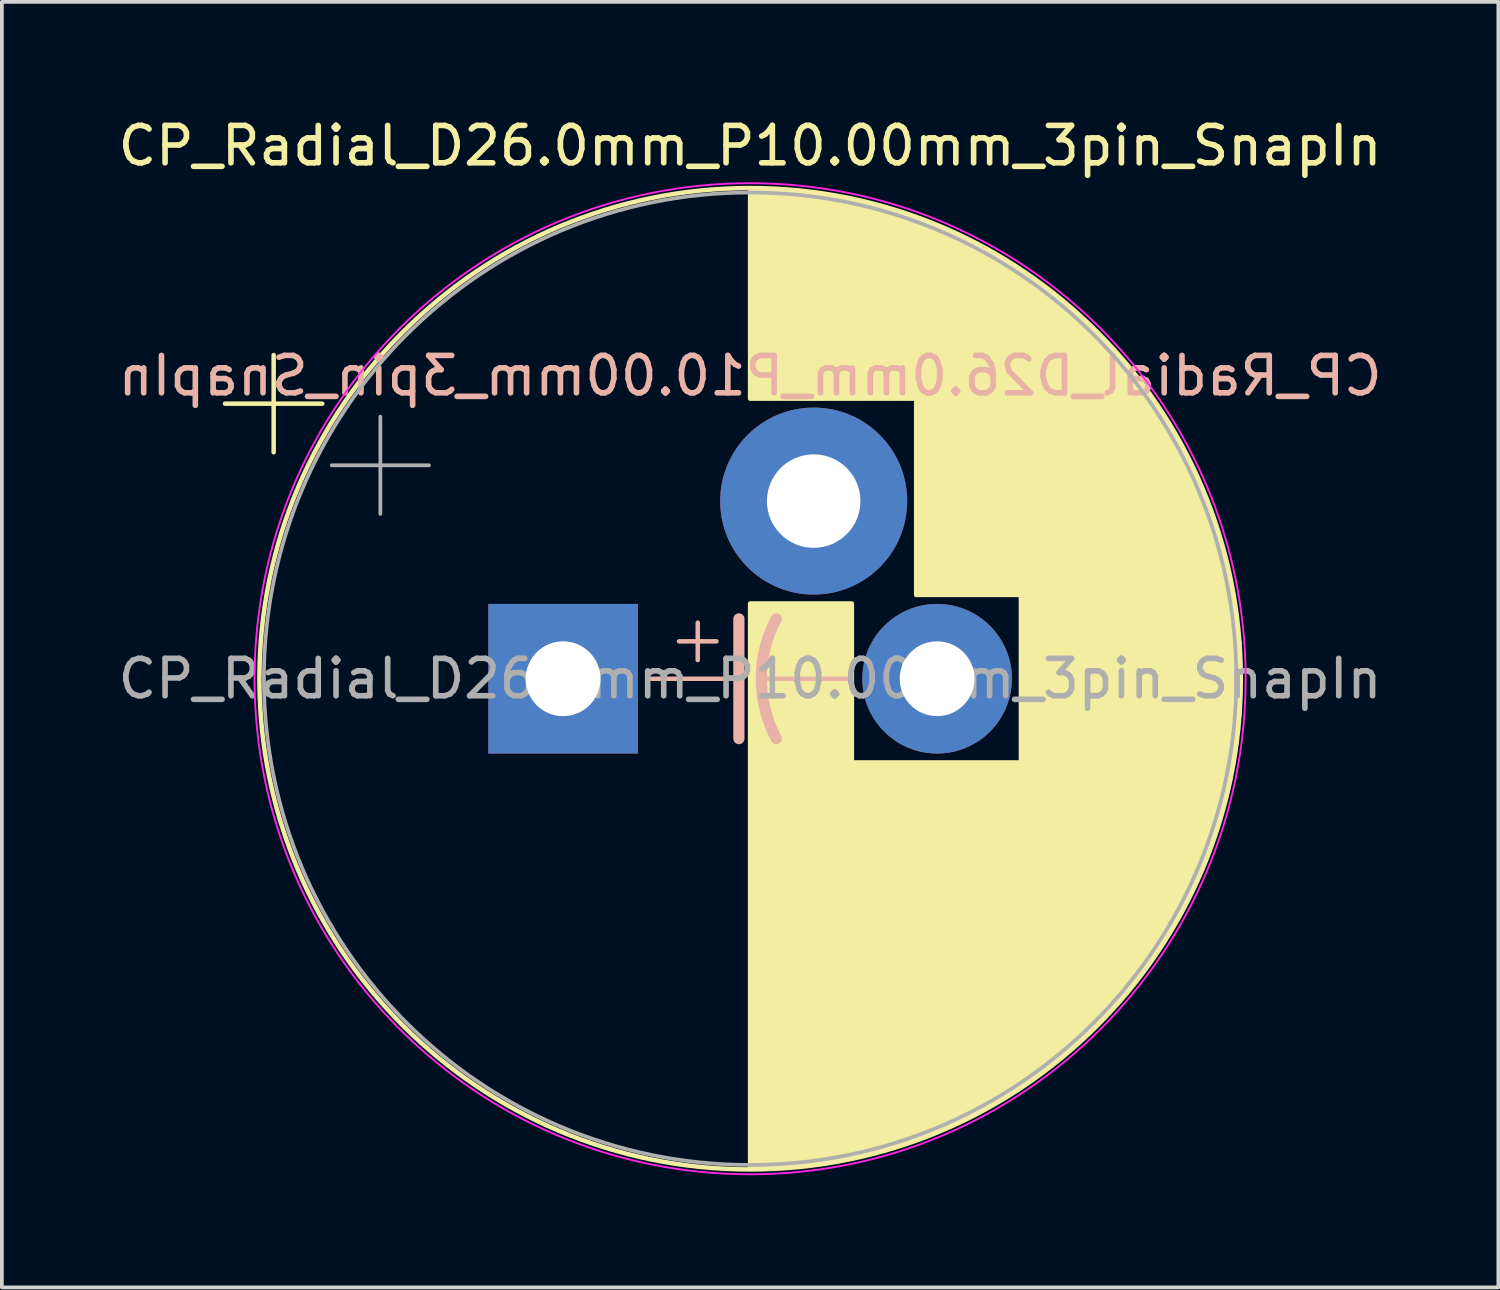
<source format=kicad_pcb>
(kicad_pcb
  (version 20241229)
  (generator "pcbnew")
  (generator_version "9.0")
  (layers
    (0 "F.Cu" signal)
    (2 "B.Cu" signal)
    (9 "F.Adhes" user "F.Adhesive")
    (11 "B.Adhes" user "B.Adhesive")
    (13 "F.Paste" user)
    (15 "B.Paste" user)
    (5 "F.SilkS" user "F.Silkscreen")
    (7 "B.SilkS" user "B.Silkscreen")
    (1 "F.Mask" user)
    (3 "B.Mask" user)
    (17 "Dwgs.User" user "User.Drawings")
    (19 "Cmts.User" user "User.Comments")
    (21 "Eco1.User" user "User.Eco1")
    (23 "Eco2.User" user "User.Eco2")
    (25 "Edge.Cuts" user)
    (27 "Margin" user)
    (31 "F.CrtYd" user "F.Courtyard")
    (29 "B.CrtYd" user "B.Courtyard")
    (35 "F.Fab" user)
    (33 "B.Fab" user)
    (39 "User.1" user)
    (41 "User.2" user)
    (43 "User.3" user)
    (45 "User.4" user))
  (footprint "CP_Radial_D26.0mm_P10.00mm_3pin_SnapIn"
    (layer "F.Cu")
    (at 12.006 15.098)
    (property "Reference" "CP_Radial_D26.0mm_P10.00mm_3pin_SnapIn" (at 5 -14.25 0) (layer "F.SilkS") (effects (font (size 1 1) (thickness 0.15))))
    (fp_line (start -9.039 -7.355) (end -6.439 -7.355) (stroke (width 0.12) (type solid)) (layer "F.SilkS"))
    (fp_line (start -7.739 -8.655) (end -7.739 -6.055) (stroke (width 0.12) (type solid)) (layer "F.SilkS"))
    (fp_line (start 5 -13.081) (end 5 -7.49) (stroke (width 0.12) (type solid)) (layer "F.SilkS"))
    (fp_line (start 5 -2.01) (end 5 13.081) (stroke (width 0.12) (type solid)) (layer "F.SilkS"))
    (fp_line (start 5.04 -13.08) (end 5.04 -7.49) (stroke (width 0.12) (type solid)) (layer "F.SilkS"))
    (fp_line (start 5.04 -2.01) (end 5.04 13.08) (stroke (width 0.12) (type solid)) (layer "F.SilkS"))
    (fp_line (start 5.08 -13.08) (end 5.08 -7.49) (stroke (width 0.12) (type solid)) (layer "F.SilkS"))
    (fp_line (start 5.08 -2.01) (end 5.08 13.08) (stroke (width 0.12) (type solid)) (layer "F.SilkS"))
    (fp_line (start 5.12 -13.08) (end 5.12 -7.49) (stroke (width 0.12) (type solid)) (layer "F.SilkS"))
    (fp_line (start 5.12 -2.01) (end 5.12 13.08) (stroke (width 0.12) (type solid)) (layer "F.SilkS"))
    (fp_line (start 5.16 -13.08) (end 5.16 -7.49) (stroke (width 0.12) (type solid)) (layer "F.SilkS"))
    (fp_line (start 5.16 -2.01) (end 5.16 13.08) (stroke (width 0.12) (type solid)) (layer "F.SilkS"))
    (fp_line (start 5.2 -13.079) (end 5.2 -7.49) (stroke (width 0.12) (type solid)) (layer "F.SilkS"))
    (fp_line (start 5.2 -2.01) (end 5.2 13.079) (stroke (width 0.12) (type solid)) (layer "F.SilkS"))
    (fp_line (start 5.24 -13.078) (end 5.24 -7.49) (stroke (width 0.12) (type solid)) (layer "F.SilkS"))
    (fp_line (start 5.24 -2.01) (end 5.24 13.078) (stroke (width 0.12) (type solid)) (layer "F.SilkS"))
    (fp_line (start 5.28 -13.078) (end 5.28 -7.49) (stroke (width 0.12) (type solid)) (layer "F.SilkS"))
    (fp_line (start 5.28 -2.01) (end 5.28 13.078) (stroke (width 0.12) (type solid)) (layer "F.SilkS"))
    (fp_line (start 5.32 -13.077) (end 5.32 -7.49) (stroke (width 0.12) (type solid)) (layer "F.SilkS"))
    (fp_line (start 5.32 -2.01) (end 5.32 13.077) (stroke (width 0.12) (type solid)) (layer "F.SilkS"))
    (fp_line (start 5.36 -13.076) (end 5.36 -7.49) (stroke (width 0.12) (type solid)) (layer "F.SilkS"))
    (fp_line (start 5.36 -2.01) (end 5.36 13.076) (stroke (width 0.12) (type solid)) (layer "F.SilkS"))
    (fp_line (start 5.4 -13.074) (end 5.4 -7.49) (stroke (width 0.12) (type solid)) (layer "F.SilkS"))
    (fp_line (start 5.4 -2.01) (end 5.4 13.074) (stroke (width 0.12) (type solid)) (layer "F.SilkS"))
    (fp_line (start 5.44 -13.073) (end 5.44 -7.49) (stroke (width 0.12) (type solid)) (layer "F.SilkS"))
    (fp_line (start 5.44 -2.01) (end 5.44 13.073) (stroke (width 0.12) (type solid)) (layer "F.SilkS"))
    (fp_line (start 5.48 -13.072) (end 5.48 -7.49) (stroke (width 0.12) (type solid)) (layer "F.SilkS"))
    (fp_line (start 5.48 -2.01) (end 5.48 13.072) (stroke (width 0.12) (type solid)) (layer "F.SilkS"))
    (fp_line (start 5.52 -13.07) (end 5.52 -7.49) (stroke (width 0.12) (type solid)) (layer "F.SilkS"))
    (fp_line (start 5.52 -2.01) (end 5.52 13.07) (stroke (width 0.12) (type solid)) (layer "F.SilkS"))
    (fp_line (start 5.56 -13.069) (end 5.56 -7.49) (stroke (width 0.12) (type solid)) (layer "F.SilkS"))
    (fp_line (start 5.56 -2.01) (end 5.56 13.069) (stroke (width 0.12) (type solid)) (layer "F.SilkS"))
    (fp_line (start 5.6 -13.067) (end 5.6 -7.49) (stroke (width 0.12) (type solid)) (layer "F.SilkS"))
    (fp_line (start 5.6 -2.01) (end 5.6 13.067) (stroke (width 0.12) (type solid)) (layer "F.SilkS"))
    (fp_line (start 5.64 -13.065) (end 5.64 -7.49) (stroke (width 0.12) (type solid)) (layer "F.SilkS"))
    (fp_line (start 5.64 -2.01) (end 5.64 13.065) (stroke (width 0.12) (type solid)) (layer "F.SilkS"))
    (fp_line (start 5.68 -13.063) (end 5.68 -7.49) (stroke (width 0.12) (type solid)) (layer "F.SilkS"))
    (fp_line (start 5.68 -2.01) (end 5.68 13.063) (stroke (width 0.12) (type solid)) (layer "F.SilkS"))
    (fp_line (start 5.721 -13.061) (end 5.721 -7.49) (stroke (width 0.12) (type solid)) (layer "F.SilkS"))
    (fp_line (start 5.721 -2.01) (end 5.721 13.061) (stroke (width 0.12) (type solid)) (layer "F.SilkS"))
    (fp_line (start 5.761 -13.058) (end 5.761 -7.49) (stroke (width 0.12) (type solid)) (layer "F.SilkS"))
    (fp_line (start 5.761 -2.01) (end 5.761 13.058) (stroke (width 0.12) (type solid)) (layer "F.SilkS"))
    (fp_line (start 5.801 -13.056) (end 5.801 -7.49) (stroke (width 0.12) (type solid)) (layer "F.SilkS"))
    (fp_line (start 5.801 -2.01) (end 5.801 13.056) (stroke (width 0.12) (type solid)) (layer "F.SilkS"))
    (fp_line (start 5.841 -13.054) (end 5.841 -7.49) (stroke (width 0.12) (type solid)) (layer "F.SilkS"))
    (fp_line (start 5.841 -2.01) (end 5.841 13.054) (stroke (width 0.12) (type solid)) (layer "F.SilkS"))
    (fp_line (start 5.881 -13.051) (end 5.881 -7.49) (stroke (width 0.12) (type solid)) (layer "F.SilkS"))
    (fp_line (start 5.881 -2.01) (end 5.881 13.051) (stroke (width 0.12) (type solid)) (layer "F.SilkS"))
    (fp_line (start 5.921 -13.048) (end 5.921 -7.49) (stroke (width 0.12) (type solid)) (layer "F.SilkS"))
    (fp_line (start 5.921 -2.01) (end 5.921 13.048) (stroke (width 0.12) (type solid)) (layer "F.SilkS"))
    (fp_line (start 5.961 -13.045) (end 5.961 -7.49) (stroke (width 0.12) (type solid)) (layer "F.SilkS"))
    (fp_line (start 5.961 -2.01) (end 5.961 13.045) (stroke (width 0.12) (type solid)) (layer "F.SilkS"))
    (fp_line (start 6.001 -13.042) (end 6.001 -7.49) (stroke (width 0.12) (type solid)) (layer "F.SilkS"))
    (fp_line (start 6.001 -2.01) (end 6.001 13.042) (stroke (width 0.12) (type solid)) (layer "F.SilkS"))
    (fp_line (start 6.041 -13.039) (end 6.041 -7.49) (stroke (width 0.12) (type solid)) (layer "F.SilkS"))
    (fp_line (start 6.041 -2.01) (end 6.041 13.039) (stroke (width 0.12) (type solid)) (layer "F.SilkS"))
    (fp_line (start 6.081 -13.036) (end 6.081 -7.49) (stroke (width 0.12) (type solid)) (layer "F.SilkS"))
    (fp_line (start 6.081 -2.01) (end 6.081 13.036) (stroke (width 0.12) (type solid)) (layer "F.SilkS"))
    (fp_line (start 6.121 -13.033) (end 6.121 -7.49) (stroke (width 0.12) (type solid)) (layer "F.SilkS"))
    (fp_line (start 6.121 -2.01) (end 6.121 13.033) (stroke (width 0.12) (type solid)) (layer "F.SilkS"))
    (fp_line (start 6.161 -13.029) (end 6.161 -7.49) (stroke (width 0.12) (type solid)) (layer "F.SilkS"))
    (fp_line (start 6.161 -2.01) (end 6.161 13.029) (stroke (width 0.12) (type solid)) (layer "F.SilkS"))
    (fp_line (start 6.201 -13.026) (end 6.201 -7.49) (stroke (width 0.12) (type solid)) (layer "F.SilkS"))
    (fp_line (start 6.201 -2.01) (end 6.201 13.026) (stroke (width 0.12) (type solid)) (layer "F.SilkS"))
    (fp_line (start 6.241 -13.022) (end 6.241 -7.49) (stroke (width 0.12) (type solid)) (layer "F.SilkS"))
    (fp_line (start 6.241 -2.01) (end 6.241 13.022) (stroke (width 0.12) (type solid)) (layer "F.SilkS"))
    (fp_line (start 6.281 -13.018) (end 6.281 -7.49) (stroke (width 0.12) (type solid)) (layer "F.SilkS"))
    (fp_line (start 6.281 -2.01) (end 6.281 13.018) (stroke (width 0.12) (type solid)) (layer "F.SilkS"))
    (fp_line (start 6.321 -13.014) (end 6.321 -7.49) (stroke (width 0.12) (type solid)) (layer "F.SilkS"))
    (fp_line (start 6.321 -2.01) (end 6.321 13.014) (stroke (width 0.12) (type solid)) (layer "F.SilkS"))
    (fp_line (start 6.361 -13.01) (end 6.361 -7.49) (stroke (width 0.12) (type solid)) (layer "F.SilkS"))
    (fp_line (start 6.361 -2.01) (end 6.361 13.01) (stroke (width 0.12) (type solid)) (layer "F.SilkS"))
    (fp_line (start 6.401 -13.006) (end 6.401 -7.49) (stroke (width 0.12) (type solid)) (layer "F.SilkS"))
    (fp_line (start 6.401 -2.01) (end 6.401 13.006) (stroke (width 0.12) (type solid)) (layer "F.SilkS"))
    (fp_line (start 6.441 -13.001) (end 6.441 -7.49) (stroke (width 0.12) (type solid)) (layer "F.SilkS"))
    (fp_line (start 6.441 -2.01) (end 6.441 13.001) (stroke (width 0.12) (type solid)) (layer "F.SilkS"))
    (fp_line (start 6.481 -12.997) (end 6.481 -7.49) (stroke (width 0.12) (type solid)) (layer "F.SilkS"))
    (fp_line (start 6.481 -2.01) (end 6.481 12.997) (stroke (width 0.12) (type solid)) (layer "F.SilkS"))
    (fp_line (start 6.521 -12.992) (end 6.521 -7.49) (stroke (width 0.12) (type solid)) (layer "F.SilkS"))
    (fp_line (start 6.521 -2.01) (end 6.521 12.992) (stroke (width 0.12) (type solid)) (layer "F.SilkS"))
    (fp_line (start 6.561 -12.987) (end 6.561 -7.49) (stroke (width 0.12) (type solid)) (layer "F.SilkS"))
    (fp_line (start 6.561 -2.01) (end 6.561 12.987) (stroke (width 0.12) (type solid)) (layer "F.SilkS"))
    (fp_line (start 6.601 -12.983) (end 6.601 -7.49) (stroke (width 0.12) (type solid)) (layer "F.SilkS"))
    (fp_line (start 6.601 -2.01) (end 6.601 12.983) (stroke (width 0.12) (type solid)) (layer "F.SilkS"))
    (fp_line (start 6.641 -12.978) (end 6.641 -7.49) (stroke (width 0.12) (type solid)) (layer "F.SilkS"))
    (fp_line (start 6.641 -2.01) (end 6.641 12.978) (stroke (width 0.12) (type solid)) (layer "F.SilkS"))
    (fp_line (start 6.681 -12.972) (end 6.681 -7.49) (stroke (width 0.12) (type solid)) (layer "F.SilkS"))
    (fp_line (start 6.681 -2.01) (end 6.681 12.972) (stroke (width 0.12) (type solid)) (layer "F.SilkS"))
    (fp_line (start 6.721 -12.967) (end 6.721 -7.49) (stroke (width 0.12) (type solid)) (layer "F.SilkS"))
    (fp_line (start 6.721 -2.01) (end 6.721 12.967) (stroke (width 0.12) (type solid)) (layer "F.SilkS"))
    (fp_line (start 6.761 -12.962) (end 6.761 -7.49) (stroke (width 0.12) (type solid)) (layer "F.SilkS"))
    (fp_line (start 6.761 -2.01) (end 6.761 12.962) (stroke (width 0.12) (type solid)) (layer "F.SilkS"))
    (fp_line (start 6.801 -12.956) (end 6.801 -7.49) (stroke (width 0.12) (type solid)) (layer "F.SilkS"))
    (fp_line (start 6.801 -2.01) (end 6.801 12.956) (stroke (width 0.12) (type solid)) (layer "F.SilkS"))
    (fp_line (start 6.841 -12.951) (end 6.841 -7.49) (stroke (width 0.12) (type solid)) (layer "F.SilkS"))
    (fp_line (start 6.841 -2.01) (end 6.841 12.951) (stroke (width 0.12) (type solid)) (layer "F.SilkS"))
    (fp_line (start 6.881 -12.945) (end 6.881 -7.49) (stroke (width 0.12) (type solid)) (layer "F.SilkS"))
    (fp_line (start 6.881 -2.01) (end 6.881 12.945) (stroke (width 0.12) (type solid)) (layer "F.SilkS"))
    (fp_line (start 6.921 -12.939) (end 6.921 -7.49) (stroke (width 0.12) (type solid)) (layer "F.SilkS"))
    (fp_line (start 6.921 -2.01) (end 6.921 12.939) (stroke (width 0.12) (type solid)) (layer "F.SilkS"))
    (fp_line (start 6.961 -12.933) (end 6.961 -7.49) (stroke (width 0.12) (type solid)) (layer "F.SilkS"))
    (fp_line (start 6.961 -2.01) (end 6.961 12.933) (stroke (width 0.12) (type solid)) (layer "F.SilkS"))
    (fp_line (start 7.001 -12.927) (end 7.001 -7.49) (stroke (width 0.12) (type solid)) (layer "F.SilkS"))
    (fp_line (start 7.001 -2.01) (end 7.001 12.927) (stroke (width 0.12) (type solid)) (layer "F.SilkS"))
    (fp_line (start 7.041 -12.921) (end 7.041 -7.49) (stroke (width 0.12) (type solid)) (layer "F.SilkS"))
    (fp_line (start 7.041 -2.01) (end 7.041 12.921) (stroke (width 0.12) (type solid)) (layer "F.SilkS"))
    (fp_line (start 7.081 -12.915) (end 7.081 -7.49) (stroke (width 0.12) (type solid)) (layer "F.SilkS"))
    (fp_line (start 7.081 -2.01) (end 7.081 12.915) (stroke (width 0.12) (type solid)) (layer "F.SilkS"))
    (fp_line (start 7.121 -12.908) (end 7.121 -7.49) (stroke (width 0.12) (type solid)) (layer "F.SilkS"))
    (fp_line (start 7.121 -2.01) (end 7.121 12.908) (stroke (width 0.12) (type solid)) (layer "F.SilkS"))
    (fp_line (start 7.161 -12.901) (end 7.161 -7.49) (stroke (width 0.12) (type solid)) (layer "F.SilkS"))
    (fp_line (start 7.161 -2.01) (end 7.161 12.901) (stroke (width 0.12) (type solid)) (layer "F.SilkS"))
    (fp_line (start 7.201 -12.895) (end 7.201 -7.49) (stroke (width 0.12) (type solid)) (layer "F.SilkS"))
    (fp_line (start 7.201 -2.01) (end 7.201 12.895) (stroke (width 0.12) (type solid)) (layer "F.SilkS"))
    (fp_line (start 7.241 -12.888) (end 7.241 -7.49) (stroke (width 0.12) (type solid)) (layer "F.SilkS"))
    (fp_line (start 7.241 -2.01) (end 7.241 12.888) (stroke (width 0.12) (type solid)) (layer "F.SilkS"))
    (fp_line (start 7.281 -12.881) (end 7.281 -7.49) (stroke (width 0.12) (type solid)) (layer "F.SilkS"))
    (fp_line (start 7.281 -2.01) (end 7.281 12.881) (stroke (width 0.12) (type solid)) (layer "F.SilkS"))
    (fp_line (start 7.321 -12.874) (end 7.321 -7.49) (stroke (width 0.12) (type solid)) (layer "F.SilkS"))
    (fp_line (start 7.321 -2.01) (end 7.321 12.874) (stroke (width 0.12) (type solid)) (layer "F.SilkS"))
    (fp_line (start 7.361 -12.866) (end 7.361 -7.49) (stroke (width 0.12) (type solid)) (layer "F.SilkS"))
    (fp_line (start 7.361 -2.01) (end 7.361 12.866) (stroke (width 0.12) (type solid)) (layer "F.SilkS"))
    (fp_line (start 7.401 -12.859) (end 7.401 -7.49) (stroke (width 0.12) (type solid)) (layer "F.SilkS"))
    (fp_line (start 7.401 -2.01) (end 7.401 12.859) (stroke (width 0.12) (type solid)) (layer "F.SilkS"))
    (fp_line (start 7.441 -12.852) (end 7.441 -7.49) (stroke (width 0.12) (type solid)) (layer "F.SilkS"))
    (fp_line (start 7.441 -2.01) (end 7.441 12.852) (stroke (width 0.12) (type solid)) (layer "F.SilkS"))
    (fp_line (start 7.481 -12.844) (end 7.481 -7.49) (stroke (width 0.12) (type solid)) (layer "F.SilkS"))
    (fp_line (start 7.481 -2.01) (end 7.481 12.844) (stroke (width 0.12) (type solid)) (layer "F.SilkS"))
    (fp_line (start 7.521 -12.836) (end 7.521 -7.49) (stroke (width 0.12) (type solid)) (layer "F.SilkS"))
    (fp_line (start 7.521 -2.01) (end 7.521 12.836) (stroke (width 0.12) (type solid)) (layer "F.SilkS"))
    (fp_line (start 7.561 -12.828) (end 7.561 -7.49) (stroke (width 0.12) (type solid)) (layer "F.SilkS"))
    (fp_line (start 7.561 -2.01) (end 7.561 12.828) (stroke (width 0.12) (type solid)) (layer "F.SilkS"))
    (fp_line (start 7.601 -12.82) (end 7.601 -7.49) (stroke (width 0.12) (type solid)) (layer "F.SilkS"))
    (fp_line (start 7.601 -2.01) (end 7.601 12.82) (stroke (width 0.12) (type solid)) (layer "F.SilkS"))
    (fp_line (start 7.641 -12.812) (end 7.641 -7.49) (stroke (width 0.12) (type solid)) (layer "F.SilkS"))
    (fp_line (start 7.641 -2.01) (end 7.641 12.812) (stroke (width 0.12) (type solid)) (layer "F.SilkS"))
    (fp_line (start 7.681 -12.804) (end 7.681 -7.49) (stroke (width 0.12) (type solid)) (layer "F.SilkS"))
    (fp_line (start 7.681 -2.01) (end 7.681 12.804) (stroke (width 0.12) (type solid)) (layer "F.SilkS"))
    (fp_line (start 7.721 -12.795) (end 7.721 -7.49) (stroke (width 0.12) (type solid)) (layer "F.SilkS"))
    (fp_line (start 7.721 -2.01) (end 7.721 12.795) (stroke (width 0.12) (type solid)) (layer "F.SilkS"))
    (fp_line (start 7.761 -12.787) (end 7.761 -7.49) (stroke (width 0.12) (type solid)) (layer "F.SilkS"))
    (fp_line (start 7.761 2.24) (end 7.761 12.787) (stroke (width 0.12) (type solid)) (layer "F.SilkS"))
    (fp_line (start 7.801 -12.778) (end 7.801 -7.49) (stroke (width 0.12) (type solid)) (layer "F.SilkS"))
    (fp_line (start 7.801 2.24) (end 7.801 12.778) (stroke (width 0.12) (type solid)) (layer "F.SilkS"))
    (fp_line (start 7.841 -12.769) (end 7.841 -7.49) (stroke (width 0.12) (type solid)) (layer "F.SilkS"))
    (fp_line (start 7.841 2.24) (end 7.841 12.769) (stroke (width 0.12) (type solid)) (layer "F.SilkS"))
    (fp_line (start 7.881 -12.761) (end 7.881 -7.49) (stroke (width 0.12) (type solid)) (layer "F.SilkS"))
    (fp_line (start 7.881 2.24) (end 7.881 12.761) (stroke (width 0.12) (type solid)) (layer "F.SilkS"))
    (fp_line (start 7.921 -12.751) (end 7.921 -7.49) (stroke (width 0.12) (type solid)) (layer "F.SilkS"))
    (fp_line (start 7.921 2.24) (end 7.921 12.751) (stroke (width 0.12) (type solid)) (layer "F.SilkS"))
    (fp_line (start 7.961 -12.742) (end 7.961 -7.49) (stroke (width 0.12) (type solid)) (layer "F.SilkS"))
    (fp_line (start 7.961 2.24) (end 7.961 12.742) (stroke (width 0.12) (type solid)) (layer "F.SilkS"))
    (fp_line (start 8.001 -12.733) (end 8.001 -7.49) (stroke (width 0.12) (type solid)) (layer "F.SilkS"))
    (fp_line (start 8.001 2.24) (end 8.001 12.733) (stroke (width 0.12) (type solid)) (layer "F.SilkS"))
    (fp_line (start 8.041 -12.723) (end 8.041 -7.49) (stroke (width 0.12) (type solid)) (layer "F.SilkS"))
    (fp_line (start 8.041 2.24) (end 8.041 12.723) (stroke (width 0.12) (type solid)) (layer "F.SilkS"))
    (fp_line (start 8.081 -12.714) (end 8.081 -7.49) (stroke (width 0.12) (type solid)) (layer "F.SilkS"))
    (fp_line (start 8.081 2.24) (end 8.081 12.714) (stroke (width 0.12) (type solid)) (layer "F.SilkS"))
    (fp_line (start 8.121 -12.704) (end 8.121 -7.49) (stroke (width 0.12) (type solid)) (layer "F.SilkS"))
    (fp_line (start 8.121 2.24) (end 8.121 12.704) (stroke (width 0.12) (type solid)) (layer "F.SilkS"))
    (fp_line (start 8.161 -12.694) (end 8.161 -7.49) (stroke (width 0.12) (type solid)) (layer "F.SilkS"))
    (fp_line (start 8.161 2.24) (end 8.161 12.694) (stroke (width 0.12) (type solid)) (layer "F.SilkS"))
    (fp_line (start 8.201 -12.684) (end 8.201 -7.49) (stroke (width 0.12) (type solid)) (layer "F.SilkS"))
    (fp_line (start 8.201 2.24) (end 8.201 12.684) (stroke (width 0.12) (type solid)) (layer "F.SilkS"))
    (fp_line (start 8.241 -12.674) (end 8.241 -7.49) (stroke (width 0.12) (type solid)) (layer "F.SilkS"))
    (fp_line (start 8.241 2.24) (end 8.241 12.674) (stroke (width 0.12) (type solid)) (layer "F.SilkS"))
    (fp_line (start 8.281 -12.664) (end 8.281 -7.49) (stroke (width 0.12) (type solid)) (layer "F.SilkS"))
    (fp_line (start 8.281 2.24) (end 8.281 12.664) (stroke (width 0.12) (type solid)) (layer "F.SilkS"))
    (fp_line (start 8.321 -12.653) (end 8.321 -7.49) (stroke (width 0.12) (type solid)) (layer "F.SilkS"))
    (fp_line (start 8.321 2.24) (end 8.321 12.653) (stroke (width 0.12) (type solid)) (layer "F.SilkS"))
    (fp_line (start 8.361 -12.643) (end 8.361 -7.49) (stroke (width 0.12) (type solid)) (layer "F.SilkS"))
    (fp_line (start 8.361 2.24) (end 8.361 12.643) (stroke (width 0.12) (type solid)) (layer "F.SilkS"))
    (fp_line (start 8.401 -12.632) (end 8.401 -7.49) (stroke (width 0.12) (type solid)) (layer "F.SilkS"))
    (fp_line (start 8.401 2.24) (end 8.401 12.632) (stroke (width 0.12) (type solid)) (layer "F.SilkS"))
    (fp_line (start 8.441 -12.621) (end 8.441 -7.49) (stroke (width 0.12) (type solid)) (layer "F.SilkS"))
    (fp_line (start 8.441 2.24) (end 8.441 12.621) (stroke (width 0.12) (type solid)) (layer "F.SilkS"))
    (fp_line (start 8.481 -12.611) (end 8.481 -7.49) (stroke (width 0.12) (type solid)) (layer "F.SilkS"))
    (fp_line (start 8.481 2.24) (end 8.481 12.611) (stroke (width 0.12) (type solid)) (layer "F.SilkS"))
    (fp_line (start 8.521 -12.599) (end 8.521 -7.49) (stroke (width 0.12) (type solid)) (layer "F.SilkS"))
    (fp_line (start 8.521 2.24) (end 8.521 12.599) (stroke (width 0.12) (type solid)) (layer "F.SilkS"))
    (fp_line (start 8.561 -12.588) (end 8.561 -7.49) (stroke (width 0.12) (type solid)) (layer "F.SilkS"))
    (fp_line (start 8.561 2.24) (end 8.561 12.588) (stroke (width 0.12) (type solid)) (layer "F.SilkS"))
    (fp_line (start 8.601 -12.577) (end 8.601 -7.49) (stroke (width 0.12) (type solid)) (layer "F.SilkS"))
    (fp_line (start 8.601 2.24) (end 8.601 12.577) (stroke (width 0.12) (type solid)) (layer "F.SilkS"))
    (fp_line (start 8.641 -12.565) (end 8.641 -7.49) (stroke (width 0.12) (type solid)) (layer "F.SilkS"))
    (fp_line (start 8.641 2.24) (end 8.641 12.565) (stroke (width 0.12) (type solid)) (layer "F.SilkS"))
    (fp_line (start 8.681 -12.554) (end 8.681 -7.49) (stroke (width 0.12) (type solid)) (layer "F.SilkS"))
    (fp_line (start 8.681 2.24) (end 8.681 12.554) (stroke (width 0.12) (type solid)) (layer "F.SilkS"))
    (fp_line (start 8.721 -12.542) (end 8.721 -7.49) (stroke (width 0.12) (type solid)) (layer "F.SilkS"))
    (fp_line (start 8.721 2.24) (end 8.721 12.542) (stroke (width 0.12) (type solid)) (layer "F.SilkS"))
    (fp_line (start 8.761 -12.53) (end 8.761 -7.49) (stroke (width 0.12) (type solid)) (layer "F.SilkS"))
    (fp_line (start 8.761 2.24) (end 8.761 12.53) (stroke (width 0.12) (type solid)) (layer "F.SilkS"))
    (fp_line (start 8.801 -12.518) (end 8.801 -7.49) (stroke (width 0.12) (type solid)) (layer "F.SilkS"))
    (fp_line (start 8.801 2.24) (end 8.801 12.518) (stroke (width 0.12) (type solid)) (layer "F.SilkS"))
    (fp_line (start 8.841 -12.506) (end 8.841 -7.49) (stroke (width 0.12) (type solid)) (layer "F.SilkS"))
    (fp_line (start 8.841 2.24) (end 8.841 12.506) (stroke (width 0.12) (type solid)) (layer "F.SilkS"))
    (fp_line (start 8.881 -12.494) (end 8.881 -7.49) (stroke (width 0.12) (type solid)) (layer "F.SilkS"))
    (fp_line (start 8.881 2.24) (end 8.881 12.494) (stroke (width 0.12) (type solid)) (layer "F.SilkS"))
    (fp_line (start 8.921 -12.481) (end 8.921 -7.49) (stroke (width 0.12) (type solid)) (layer "F.SilkS"))
    (fp_line (start 8.921 2.24) (end 8.921 12.481) (stroke (width 0.12) (type solid)) (layer "F.SilkS"))
    (fp_line (start 8.961 -12.469) (end 8.961 -7.49) (stroke (width 0.12) (type solid)) (layer "F.SilkS"))
    (fp_line (start 8.961 2.24) (end 8.961 12.469) (stroke (width 0.12) (type solid)) (layer "F.SilkS"))
    (fp_line (start 9.001 -12.456) (end 9.001 -7.49) (stroke (width 0.12) (type solid)) (layer "F.SilkS"))
    (fp_line (start 9.001 2.24) (end 9.001 12.456) (stroke (width 0.12) (type solid)) (layer "F.SilkS"))
    (fp_line (start 9.041 -12.443) (end 9.041 -7.49) (stroke (width 0.12) (type solid)) (layer "F.SilkS"))
    (fp_line (start 9.041 2.24) (end 9.041 12.443) (stroke (width 0.12) (type solid)) (layer "F.SilkS"))
    (fp_line (start 9.081 -12.43) (end 9.081 -7.49) (stroke (width 0.12) (type solid)) (layer "F.SilkS"))
    (fp_line (start 9.081 2.24) (end 9.081 12.43) (stroke (width 0.12) (type solid)) (layer "F.SilkS"))
    (fp_line (start 9.121 -12.417) (end 9.121 -7.49) (stroke (width 0.12) (type solid)) (layer "F.SilkS"))
    (fp_line (start 9.121 2.24) (end 9.121 12.417) (stroke (width 0.12) (type solid)) (layer "F.SilkS"))
    (fp_line (start 9.161 -12.404) (end 9.161 -7.49) (stroke (width 0.12) (type solid)) (layer "F.SilkS"))
    (fp_line (start 9.161 2.24) (end 9.161 12.404) (stroke (width 0.12) (type solid)) (layer "F.SilkS"))
    (fp_line (start 9.201 -12.39) (end 9.201 -7.49) (stroke (width 0.12) (type solid)) (layer "F.SilkS"))
    (fp_line (start 9.201 2.24) (end 9.201 12.39) (stroke (width 0.12) (type solid)) (layer "F.SilkS"))
    (fp_line (start 9.241 -12.376) (end 9.241 -7.49) (stroke (width 0.12) (type solid)) (layer "F.SilkS"))
    (fp_line (start 9.241 2.24) (end 9.241 12.376) (stroke (width 0.12) (type solid)) (layer "F.SilkS"))
    (fp_line (start 9.281 -12.363) (end 9.281 -7.49) (stroke (width 0.12) (type solid)) (layer "F.SilkS"))
    (fp_line (start 9.281 2.24) (end 9.281 12.363) (stroke (width 0.12) (type solid)) (layer "F.SilkS"))
    (fp_line (start 9.321 -12.349) (end 9.321 -7.49) (stroke (width 0.12) (type solid)) (layer "F.SilkS"))
    (fp_line (start 9.321 2.24) (end 9.321 12.349) (stroke (width 0.12) (type solid)) (layer "F.SilkS"))
    (fp_line (start 9.361 -12.335) (end 9.361 -7.49) (stroke (width 0.12) (type solid)) (layer "F.SilkS"))
    (fp_line (start 9.361 2.24) (end 9.361 12.335) (stroke (width 0.12) (type solid)) (layer "F.SilkS"))
    (fp_line (start 9.401 -12.321) (end 9.401 -7.49) (stroke (width 0.12) (type solid)) (layer "F.SilkS"))
    (fp_line (start 9.401 2.24) (end 9.401 12.321) (stroke (width 0.12) (type solid)) (layer "F.SilkS"))
    (fp_line (start 9.441 -12.306) (end 9.441 -2.24) (stroke (width 0.12) (type solid)) (layer "F.SilkS"))
    (fp_line (start 9.441 2.24) (end 9.441 12.306) (stroke (width 0.12) (type solid)) (layer "F.SilkS"))
    (fp_line (start 9.481 -12.292) (end 9.481 -2.24) (stroke (width 0.12) (type solid)) (layer "F.SilkS"))
    (fp_line (start 9.481 2.24) (end 9.481 12.292) (stroke (width 0.12) (type solid)) (layer "F.SilkS"))
    (fp_line (start 9.521 -12.277) (end 9.521 -2.24) (stroke (width 0.12) (type solid)) (layer "F.SilkS"))
    (fp_line (start 9.521 2.24) (end 9.521 12.277) (stroke (width 0.12) (type solid)) (layer "F.SilkS"))
    (fp_line (start 9.561 -12.263) (end 9.561 -2.24) (stroke (width 0.12) (type solid)) (layer "F.SilkS"))
    (fp_line (start 9.561 2.24) (end 9.561 12.263) (stroke (width 0.12) (type solid)) (layer "F.SilkS"))
    (fp_line (start 9.601 -12.248) (end 9.601 -2.24) (stroke (width 0.12) (type solid)) (layer "F.SilkS"))
    (fp_line (start 9.601 2.24) (end 9.601 12.248) (stroke (width 0.12) (type solid)) (layer "F.SilkS"))
    (fp_line (start 9.641 -12.233) (end 9.641 -2.24) (stroke (width 0.12) (type solid)) (layer "F.SilkS"))
    (fp_line (start 9.641 2.24) (end 9.641 12.233) (stroke (width 0.12) (type solid)) (layer "F.SilkS"))
    (fp_line (start 9.681 -12.217) (end 9.681 -2.24) (stroke (width 0.12) (type solid)) (layer "F.SilkS"))
    (fp_line (start 9.681 2.24) (end 9.681 12.217) (stroke (width 0.12) (type solid)) (layer "F.SilkS"))
    (fp_line (start 9.721 -12.202) (end 9.721 -2.24) (stroke (width 0.12) (type solid)) (layer "F.SilkS"))
    (fp_line (start 9.721 2.24) (end 9.721 12.202) (stroke (width 0.12) (type solid)) (layer "F.SilkS"))
    (fp_line (start 9.761 -12.187) (end 9.761 -2.24) (stroke (width 0.12) (type solid)) (layer "F.SilkS"))
    (fp_line (start 9.761 2.24) (end 9.761 12.187) (stroke (width 0.12) (type solid)) (layer "F.SilkS"))
    (fp_line (start 9.801 -12.171) (end 9.801 -2.24) (stroke (width 0.12) (type solid)) (layer "F.SilkS"))
    (fp_line (start 9.801 2.24) (end 9.801 12.171) (stroke (width 0.12) (type solid)) (layer "F.SilkS"))
    (fp_line (start 9.841 -12.155) (end 9.841 -2.24) (stroke (width 0.12) (type solid)) (layer "F.SilkS"))
    (fp_line (start 9.841 2.24) (end 9.841 12.155) (stroke (width 0.12) (type solid)) (layer "F.SilkS"))
    (fp_line (start 9.881 -12.139) (end 9.881 -2.24) (stroke (width 0.12) (type solid)) (layer "F.SilkS"))
    (fp_line (start 9.881 2.24) (end 9.881 12.139) (stroke (width 0.12) (type solid)) (layer "F.SilkS"))
    (fp_line (start 9.921 -12.123) (end 9.921 -2.24) (stroke (width 0.12) (type solid)) (layer "F.SilkS"))
    (fp_line (start 9.921 2.24) (end 9.921 12.123) (stroke (width 0.12) (type solid)) (layer "F.SilkS"))
    (fp_line (start 9.961 -12.107) (end 9.961 -2.24) (stroke (width 0.12) (type solid)) (layer "F.SilkS"))
    (fp_line (start 9.961 2.24) (end 9.961 12.107) (stroke (width 0.12) (type solid)) (layer "F.SilkS"))
    (fp_line (start 10.001 -12.09) (end 10.001 -2.24) (stroke (width 0.12) (type solid)) (layer "F.SilkS"))
    (fp_line (start 10.001 2.24) (end 10.001 12.09) (stroke (width 0.12) (type solid)) (layer "F.SilkS"))
    (fp_line (start 10.041 -12.074) (end 10.041 -2.24) (stroke (width 0.12) (type solid)) (layer "F.SilkS"))
    (fp_line (start 10.041 2.24) (end 10.041 12.074) (stroke (width 0.12) (type solid)) (layer "F.SilkS"))
    (fp_line (start 10.081 -12.057) (end 10.081 -2.24) (stroke (width 0.12) (type solid)) (layer "F.SilkS"))
    (fp_line (start 10.081 2.24) (end 10.081 12.057) (stroke (width 0.12) (type solid)) (layer "F.SilkS"))
    (fp_line (start 10.121 -12.04) (end 10.121 -2.24) (stroke (width 0.12) (type solid)) (layer "F.SilkS"))
    (fp_line (start 10.121 2.24) (end 10.121 12.04) (stroke (width 0.12) (type solid)) (layer "F.SilkS"))
    (fp_line (start 10.161 -12.023) (end 10.161 -2.24) (stroke (width 0.12) (type solid)) (layer "F.SilkS"))
    (fp_line (start 10.161 2.24) (end 10.161 12.023) (stroke (width 0.12) (type solid)) (layer "F.SilkS"))
    (fp_line (start 10.201 -12.006) (end 10.201 -2.24) (stroke (width 0.12) (type solid)) (layer "F.SilkS"))
    (fp_line (start 10.201 2.24) (end 10.201 12.006) (stroke (width 0.12) (type solid)) (layer "F.SilkS"))
    (fp_line (start 10.241 -11.989) (end 10.241 -2.24) (stroke (width 0.12) (type solid)) (layer "F.SilkS"))
    (fp_line (start 10.241 2.24) (end 10.241 11.989) (stroke (width 0.12) (type solid)) (layer "F.SilkS"))
    (fp_line (start 10.281 -11.971) (end 10.281 -2.24) (stroke (width 0.12) (type solid)) (layer "F.SilkS"))
    (fp_line (start 10.281 2.24) (end 10.281 11.971) (stroke (width 0.12) (type solid)) (layer "F.SilkS"))
    (fp_line (start 10.321 -11.953) (end 10.321 -2.24) (stroke (width 0.12) (type solid)) (layer "F.SilkS"))
    (fp_line (start 10.321 2.24) (end 10.321 11.953) (stroke (width 0.12) (type solid)) (layer "F.SilkS"))
    (fp_line (start 10.361 -11.936) (end 10.361 -2.24) (stroke (width 0.12) (type solid)) (layer "F.SilkS"))
    (fp_line (start 10.361 2.24) (end 10.361 11.936) (stroke (width 0.12) (type solid)) (layer "F.SilkS"))
    (fp_line (start 10.401 -11.918) (end 10.401 -2.24) (stroke (width 0.12) (type solid)) (layer "F.SilkS"))
    (fp_line (start 10.401 2.24) (end 10.401 11.918) (stroke (width 0.12) (type solid)) (layer "F.SilkS"))
    (fp_line (start 10.441 -11.9) (end 10.441 -2.24) (stroke (width 0.12) (type solid)) (layer "F.SilkS"))
    (fp_line (start 10.441 2.24) (end 10.441 11.9) (stroke (width 0.12) (type solid)) (layer "F.SilkS"))
    (fp_line (start 10.481 -11.881) (end 10.481 -2.24) (stroke (width 0.12) (type solid)) (layer "F.SilkS"))
    (fp_line (start 10.481 2.24) (end 10.481 11.881) (stroke (width 0.12) (type solid)) (layer "F.SilkS"))
    (fp_line (start 10.521 -11.863) (end 10.521 -2.24) (stroke (width 0.12) (type solid)) (layer "F.SilkS"))
    (fp_line (start 10.521 2.24) (end 10.521 11.863) (stroke (width 0.12) (type solid)) (layer "F.SilkS"))
    (fp_line (start 10.561 -11.844) (end 10.561 -2.24) (stroke (width 0.12) (type solid)) (layer "F.SilkS"))
    (fp_line (start 10.561 2.24) (end 10.561 11.844) (stroke (width 0.12) (type solid)) (layer "F.SilkS"))
    (fp_line (start 10.601 -11.825) (end 10.601 -2.24) (stroke (width 0.12) (type solid)) (layer "F.SilkS"))
    (fp_line (start 10.601 2.24) (end 10.601 11.825) (stroke (width 0.12) (type solid)) (layer "F.SilkS"))
    (fp_line (start 10.641 -11.806) (end 10.641 -2.24) (stroke (width 0.12) (type solid)) (layer "F.SilkS"))
    (fp_line (start 10.641 2.24) (end 10.641 11.806) (stroke (width 0.12) (type solid)) (layer "F.SilkS"))
    (fp_line (start 10.681 -11.787) (end 10.681 -2.24) (stroke (width 0.12) (type solid)) (layer "F.SilkS"))
    (fp_line (start 10.681 2.24) (end 10.681 11.787) (stroke (width 0.12) (type solid)) (layer "F.SilkS"))
    (fp_line (start 10.721 -11.768) (end 10.721 -2.24) (stroke (width 0.12) (type solid)) (layer "F.SilkS"))
    (fp_line (start 10.721 2.24) (end 10.721 11.768) (stroke (width 0.12) (type solid)) (layer "F.SilkS"))
    (fp_line (start 10.761 -11.748) (end 10.761 -2.24) (stroke (width 0.12) (type solid)) (layer "F.SilkS"))
    (fp_line (start 10.761 2.24) (end 10.761 11.748) (stroke (width 0.12) (type solid)) (layer "F.SilkS"))
    (fp_line (start 10.801 -11.729) (end 10.801 -2.24) (stroke (width 0.12) (type solid)) (layer "F.SilkS"))
    (fp_line (start 10.801 2.24) (end 10.801 11.729) (stroke (width 0.12) (type solid)) (layer "F.SilkS"))
    (fp_line (start 10.841 -11.709) (end 10.841 -2.24) (stroke (width 0.12) (type solid)) (layer "F.SilkS"))
    (fp_line (start 10.841 2.24) (end 10.841 11.709) (stroke (width 0.12) (type solid)) (layer "F.SilkS"))
    (fp_line (start 10.881 -11.689) (end 10.881 -2.24) (stroke (width 0.12) (type solid)) (layer "F.SilkS"))
    (fp_line (start 10.881 2.24) (end 10.881 11.689) (stroke (width 0.12) (type solid)) (layer "F.SilkS"))
    (fp_line (start 10.921 -11.669) (end 10.921 -2.24) (stroke (width 0.12) (type solid)) (layer "F.SilkS"))
    (fp_line (start 10.921 2.24) (end 10.921 11.669) (stroke (width 0.12) (type solid)) (layer "F.SilkS"))
    (fp_line (start 10.961 -11.649) (end 10.961 -2.24) (stroke (width 0.12) (type solid)) (layer "F.SilkS"))
    (fp_line (start 10.961 2.24) (end 10.961 11.649) (stroke (width 0.12) (type solid)) (layer "F.SilkS"))
    (fp_line (start 11.001 -11.628) (end 11.001 -2.24) (stroke (width 0.12) (type solid)) (layer "F.SilkS"))
    (fp_line (start 11.001 2.24) (end 11.001 11.628) (stroke (width 0.12) (type solid)) (layer "F.SilkS"))
    (fp_line (start 11.041 -11.608) (end 11.041 -2.24) (stroke (width 0.12) (type solid)) (layer "F.SilkS"))
    (fp_line (start 11.041 2.24) (end 11.041 11.608) (stroke (width 0.12) (type solid)) (layer "F.SilkS"))
    (fp_line (start 11.081 -11.587) (end 11.081 -2.24) (stroke (width 0.12) (type solid)) (layer "F.SilkS"))
    (fp_line (start 11.081 2.24) (end 11.081 11.587) (stroke (width 0.12) (type solid)) (layer "F.SilkS"))
    (fp_line (start 11.121 -11.566) (end 11.121 -2.24) (stroke (width 0.12) (type solid)) (layer "F.SilkS"))
    (fp_line (start 11.121 2.24) (end 11.121 11.566) (stroke (width 0.12) (type solid)) (layer "F.SilkS"))
    (fp_line (start 11.161 -11.544) (end 11.161 -2.24) (stroke (width 0.12) (type solid)) (layer "F.SilkS"))
    (fp_line (start 11.161 2.24) (end 11.161 11.544) (stroke (width 0.12) (type solid)) (layer "F.SilkS"))
    (fp_line (start 11.201 -11.523) (end 11.201 -2.24) (stroke (width 0.12) (type solid)) (layer "F.SilkS"))
    (fp_line (start 11.201 2.24) (end 11.201 11.523) (stroke (width 0.12) (type solid)) (layer "F.SilkS"))
    (fp_line (start 11.241 -11.502) (end 11.241 -2.24) (stroke (width 0.12) (type solid)) (layer "F.SilkS"))
    (fp_line (start 11.241 2.24) (end 11.241 11.502) (stroke (width 0.12) (type solid)) (layer "F.SilkS"))
    (fp_line (start 11.281 -11.48) (end 11.281 -2.24) (stroke (width 0.12) (type solid)) (layer "F.SilkS"))
    (fp_line (start 11.281 2.24) (end 11.281 11.48) (stroke (width 0.12) (type solid)) (layer "F.SilkS"))
    (fp_line (start 11.321 -11.458) (end 11.321 -2.24) (stroke (width 0.12) (type solid)) (layer "F.SilkS"))
    (fp_line (start 11.321 2.24) (end 11.321 11.458) (stroke (width 0.12) (type solid)) (layer "F.SilkS"))
    (fp_line (start 11.361 -11.436) (end 11.361 -2.24) (stroke (width 0.12) (type solid)) (layer "F.SilkS"))
    (fp_line (start 11.361 2.24) (end 11.361 11.436) (stroke (width 0.12) (type solid)) (layer "F.SilkS"))
    (fp_line (start 11.401 -11.414) (end 11.401 -2.24) (stroke (width 0.12) (type solid)) (layer "F.SilkS"))
    (fp_line (start 11.401 2.24) (end 11.401 11.414) (stroke (width 0.12) (type solid)) (layer "F.SilkS"))
    (fp_line (start 11.441 -11.391) (end 11.441 -2.24) (stroke (width 0.12) (type solid)) (layer "F.SilkS"))
    (fp_line (start 11.441 2.24) (end 11.441 11.391) (stroke (width 0.12) (type solid)) (layer "F.SilkS"))
    (fp_line (start 11.481 -11.369) (end 11.481 -2.24) (stroke (width 0.12) (type solid)) (layer "F.SilkS"))
    (fp_line (start 11.481 2.24) (end 11.481 11.369) (stroke (width 0.12) (type solid)) (layer "F.SilkS"))
    (fp_line (start 11.521 -11.346) (end 11.521 -2.24) (stroke (width 0.12) (type solid)) (layer "F.SilkS"))
    (fp_line (start 11.521 2.24) (end 11.521 11.346) (stroke (width 0.12) (type solid)) (layer "F.SilkS"))
    (fp_line (start 11.561 -11.323) (end 11.561 -2.24) (stroke (width 0.12) (type solid)) (layer "F.SilkS"))
    (fp_line (start 11.561 2.24) (end 11.561 11.323) (stroke (width 0.12) (type solid)) (layer "F.SilkS"))
    (fp_line (start 11.601 -11.3) (end 11.601 -2.24) (stroke (width 0.12) (type solid)) (layer "F.SilkS"))
    (fp_line (start 11.601 2.24) (end 11.601 11.3) (stroke (width 0.12) (type solid)) (layer "F.SilkS"))
    (fp_line (start 11.641 -11.276) (end 11.641 -2.24) (stroke (width 0.12) (type solid)) (layer "F.SilkS"))
    (fp_line (start 11.641 2.24) (end 11.641 11.276) (stroke (width 0.12) (type solid)) (layer "F.SilkS"))
    (fp_line (start 11.681 -11.253) (end 11.681 -2.24) (stroke (width 0.12) (type solid)) (layer "F.SilkS"))
    (fp_line (start 11.681 2.24) (end 11.681 11.253) (stroke (width 0.12) (type solid)) (layer "F.SilkS"))
    (fp_line (start 11.721 -11.229) (end 11.721 -2.24) (stroke (width 0.12) (type solid)) (layer "F.SilkS"))
    (fp_line (start 11.721 2.24) (end 11.721 11.229) (stroke (width 0.12) (type solid)) (layer "F.SilkS"))
    (fp_line (start 11.761 -11.205) (end 11.761 -2.24) (stroke (width 0.12) (type solid)) (layer "F.SilkS"))
    (fp_line (start 11.761 2.24) (end 11.761 11.205) (stroke (width 0.12) (type solid)) (layer "F.SilkS"))
    (fp_line (start 11.801 -11.181) (end 11.801 -2.24) (stroke (width 0.12) (type solid)) (layer "F.SilkS"))
    (fp_line (start 11.801 2.24) (end 11.801 11.181) (stroke (width 0.12) (type solid)) (layer "F.SilkS"))
    (fp_line (start 11.841 -11.156) (end 11.841 -2.24) (stroke (width 0.12) (type solid)) (layer "F.SilkS"))
    (fp_line (start 11.841 2.24) (end 11.841 11.156) (stroke (width 0.12) (type solid)) (layer "F.SilkS"))
    (fp_line (start 11.881 -11.132) (end 11.881 -2.24) (stroke (width 0.12) (type solid)) (layer "F.SilkS"))
    (fp_line (start 11.881 2.24) (end 11.881 11.132) (stroke (width 0.12) (type solid)) (layer "F.SilkS"))
    (fp_line (start 11.921 -11.107) (end 11.921 -2.24) (stroke (width 0.12) (type solid)) (layer "F.SilkS"))
    (fp_line (start 11.921 2.24) (end 11.921 11.107) (stroke (width 0.12) (type solid)) (layer "F.SilkS"))
    (fp_line (start 11.961 -11.082) (end 11.961 -2.24) (stroke (width 0.12) (type solid)) (layer "F.SilkS"))
    (fp_line (start 11.961 2.24) (end 11.961 11.082) (stroke (width 0.12) (type solid)) (layer "F.SilkS"))
    (fp_line (start 12.001 -11.057) (end 12.001 -2.24) (stroke (width 0.12) (type solid)) (layer "F.SilkS"))
    (fp_line (start 12.001 2.24) (end 12.001 11.057) (stroke (width 0.12) (type solid)) (layer "F.SilkS"))
    (fp_line (start 12.041 -11.032) (end 12.041 -2.24) (stroke (width 0.12) (type solid)) (layer "F.SilkS"))
    (fp_line (start 12.041 2.24) (end 12.041 11.032) (stroke (width 0.12) (type solid)) (layer "F.SilkS"))
    (fp_line (start 12.081 -11.006) (end 12.081 -2.24) (stroke (width 0.12) (type solid)) (layer "F.SilkS"))
    (fp_line (start 12.081 2.24) (end 12.081 11.006) (stroke (width 0.12) (type solid)) (layer "F.SilkS"))
    (fp_line (start 12.121 -10.98) (end 12.121 -2.24) (stroke (width 0.12) (type solid)) (layer "F.SilkS"))
    (fp_line (start 12.121 2.24) (end 12.121 10.98) (stroke (width 0.12) (type solid)) (layer "F.SilkS"))
    (fp_line (start 12.161 -10.955) (end 12.161 -2.24) (stroke (width 0.12) (type solid)) (layer "F.SilkS"))
    (fp_line (start 12.161 2.24) (end 12.161 10.955) (stroke (width 0.12) (type solid)) (layer "F.SilkS"))
    (fp_line (start 12.201 -10.928) (end 12.201 -2.24) (stroke (width 0.12) (type solid)) (layer "F.SilkS"))
    (fp_line (start 12.201 2.24) (end 12.201 10.928) (stroke (width 0.12) (type solid)) (layer "F.SilkS"))
    (fp_line (start 12.241 -10.902) (end 12.241 10.902) (stroke (width 0.12) (type solid)) (layer "F.SilkS"))
    (fp_line (start 12.281 -10.875) (end 12.281 10.875) (stroke (width 0.12) (type solid)) (layer "F.SilkS"))
    (fp_line (start 12.321 -10.849) (end 12.321 10.849) (stroke (width 0.12) (type solid)) (layer "F.SilkS"))
    (fp_line (start 12.361 -10.822) (end 12.361 10.822) (stroke (width 0.12) (type solid)) (layer "F.SilkS"))
    (fp_line (start 12.401 -10.794) (end 12.401 10.794) (stroke (width 0.12) (type solid)) (layer "F.SilkS"))
    (fp_line (start 12.441 -10.767) (end 12.441 10.767) (stroke (width 0.12) (type solid)) (layer "F.SilkS"))
    (fp_line (start 12.481 -10.739) (end 12.481 10.739) (stroke (width 0.12) (type solid)) (layer "F.SilkS"))
    (fp_line (start 12.521 -10.711) (end 12.521 10.711) (stroke (width 0.12) (type solid)) (layer "F.SilkS"))
    (fp_line (start 12.561 -10.683) (end 12.561 10.683) (stroke (width 0.12) (type solid)) (layer "F.SilkS"))
    (fp_line (start 12.601 -10.655) (end 12.601 10.655) (stroke (width 0.12) (type solid)) (layer "F.SilkS"))
    (fp_line (start 12.641 -10.627) (end 12.641 10.627) (stroke (width 0.12) (type solid)) (layer "F.SilkS"))
    (fp_line (start 12.681 -10.598) (end 12.681 10.598) (stroke (width 0.12) (type solid)) (layer "F.SilkS"))
    (fp_line (start 12.721 -10.569) (end 12.721 10.569) (stroke (width 0.12) (type solid)) (layer "F.SilkS"))
    (fp_line (start 12.761 -10.54) (end 12.761 10.54) (stroke (width 0.12) (type solid)) (layer "F.SilkS"))
    (fp_line (start 12.801 -10.51) (end 12.801 10.51) (stroke (width 0.12) (type solid)) (layer "F.SilkS"))
    (fp_line (start 12.841 -10.48) (end 12.841 10.48) (stroke (width 0.12) (type solid)) (layer "F.SilkS"))
    (fp_line (start 12.881 -10.45) (end 12.881 10.45) (stroke (width 0.12) (type solid)) (layer "F.SilkS"))
    (fp_line (start 12.921 -10.42) (end 12.921 10.42) (stroke (width 0.12) (type solid)) (layer "F.SilkS"))
    (fp_line (start 12.961 -10.39) (end 12.961 10.39) (stroke (width 0.12) (type solid)) (layer "F.SilkS"))
    (fp_line (start 13.001 -10.359) (end 13.001 10.359) (stroke (width 0.12) (type solid)) (layer "F.SilkS"))
    (fp_line (start 13.041 -10.328) (end 13.041 10.328) (stroke (width 0.12) (type solid)) (layer "F.SilkS"))
    (fp_line (start 13.081 -10.297) (end 13.081 10.297) (stroke (width 0.12) (type solid)) (layer "F.SilkS"))
    (fp_line (start 13.121 -10.266) (end 13.121 10.266) (stroke (width 0.12) (type solid)) (layer "F.SilkS"))
    (fp_line (start 13.161 -10.234) (end 13.161 10.234) (stroke (width 0.12) (type solid)) (layer "F.SilkS"))
    (fp_line (start 13.2 -10.202) (end 13.2 10.202) (stroke (width 0.12) (type solid)) (layer "F.SilkS"))
    (fp_line (start 13.24 -10.17) (end 13.24 10.17) (stroke (width 0.12) (type solid)) (layer "F.SilkS"))
    (fp_line (start 13.28 -10.138) (end 13.28 10.138) (stroke (width 0.12) (type solid)) (layer "F.SilkS"))
    (fp_line (start 13.32 -10.105) (end 13.32 10.105) (stroke (width 0.12) (type solid)) (layer "F.SilkS"))
    (fp_line (start 13.36 -10.072) (end 13.36 10.072) (stroke (width 0.12) (type solid)) (layer "F.SilkS"))
    (fp_line (start 13.4 -10.039) (end 13.4 10.039) (stroke (width 0.12) (type solid)) (layer "F.SilkS"))
    (fp_line (start 13.44 -10.005) (end 13.44 10.005) (stroke (width 0.12) (type solid)) (layer "F.SilkS"))
    (fp_line (start 13.48 -9.972) (end 13.48 9.972) (stroke (width 0.12) (type solid)) (layer "F.SilkS"))
    (fp_line (start 13.52 -9.938) (end 13.52 9.938) (stroke (width 0.12) (type solid)) (layer "F.SilkS"))
    (fp_line (start 13.56 -9.903) (end 13.56 9.903) (stroke (width 0.12) (type solid)) (layer "F.SilkS"))
    (fp_line (start 13.6 -9.869) (end 13.6 9.869) (stroke (width 0.12) (type solid)) (layer "F.SilkS"))
    (fp_line (start 13.64 -9.834) (end 13.64 9.834) (stroke (width 0.12) (type solid)) (layer "F.SilkS"))
    (fp_line (start 13.68 -9.799) (end 13.68 9.799) (stroke (width 0.12) (type solid)) (layer "F.SilkS"))
    (fp_line (start 13.72 -9.763) (end 13.72 9.763) (stroke (width 0.12) (type solid)) (layer "F.SilkS"))
    (fp_line (start 13.76 -9.728) (end 13.76 9.728) (stroke (width 0.12) (type solid)) (layer "F.SilkS"))
    (fp_line (start 13.8 -9.692) (end 13.8 9.692) (stroke (width 0.12) (type solid)) (layer "F.SilkS"))
    (fp_line (start 13.84 -9.655) (end 13.84 9.655) (stroke (width 0.12) (type solid)) (layer "F.SilkS"))
    (fp_line (start 13.88 -9.619) (end 13.88 9.619) (stroke (width 0.12) (type solid)) (layer "F.SilkS"))
    (fp_line (start 13.92 -9.582) (end 13.92 9.582) (stroke (width 0.12) (type solid)) (layer "F.SilkS"))
    (fp_line (start 13.96 -9.544) (end 13.96 9.544) (stroke (width 0.12) (type solid)) (layer "F.SilkS"))
    (fp_line (start 14 -9.507) (end 14 9.507) (stroke (width 0.12) (type solid)) (layer "F.SilkS"))
    (fp_line (start 14.04 -9.469) (end 14.04 9.469) (stroke (width 0.12) (type solid)) (layer "F.SilkS"))
    (fp_line (start 14.08 -9.431) (end 14.08 9.431) (stroke (width 0.12) (type solid)) (layer "F.SilkS"))
    (fp_line (start 14.12 -9.392) (end 14.12 9.392) (stroke (width 0.12) (type solid)) (layer "F.SilkS"))
    (fp_line (start 14.16 -9.354) (end 14.16 9.354) (stroke (width 0.12) (type solid)) (layer "F.SilkS"))
    (fp_line (start 14.2 -9.314) (end 14.2 9.314) (stroke (width 0.12) (type solid)) (layer "F.SilkS"))
    (fp_line (start 14.24 -9.275) (end 14.24 9.275) (stroke (width 0.12) (type solid)) (layer "F.SilkS"))
    (fp_line (start 14.28 -9.235) (end 14.28 9.235) (stroke (width 0.12) (type solid)) (layer "F.SilkS"))
    (fp_line (start 14.32 -9.195) (end 14.32 9.195) (stroke (width 0.12) (type solid)) (layer "F.SilkS"))
    (fp_line (start 14.36 -9.154) (end 14.36 9.154) (stroke (width 0.12) (type solid)) (layer "F.SilkS"))
    (fp_line (start 14.4 -9.113) (end 14.4 9.113) (stroke (width 0.12) (type solid)) (layer "F.SilkS"))
    (fp_line (start 14.44 -9.072) (end 14.44 9.072) (stroke (width 0.12) (type solid)) (layer "F.SilkS"))
    (fp_line (start 14.48 -9.03) (end 14.48 9.03) (stroke (width 0.12) (type solid)) (layer "F.SilkS"))
    (fp_line (start 14.52 -8.988) (end 14.52 8.988) (stroke (width 0.12) (type solid)) (layer "F.SilkS"))
    (fp_line (start 14.56 -8.946) (end 14.56 8.946) (stroke (width 0.12) (type solid)) (layer "F.SilkS"))
    (fp_line (start 14.6 -8.903) (end 14.6 8.903) (stroke (width 0.12) (type solid)) (layer "F.SilkS"))
    (fp_line (start 14.64 -8.86) (end 14.64 8.86) (stroke (width 0.12) (type solid)) (layer "F.SilkS"))
    (fp_line (start 14.68 -8.817) (end 14.68 8.817) (stroke (width 0.12) (type solid)) (layer "F.SilkS"))
    (fp_line (start 14.72 -8.773) (end 14.72 8.773) (stroke (width 0.12) (type solid)) (layer "F.SilkS"))
    (fp_line (start 14.76 -8.728) (end 14.76 8.728) (stroke (width 0.12) (type solid)) (layer "F.SilkS"))
    (fp_line (start 14.8 -8.684) (end 14.8 8.684) (stroke (width 0.12) (type solid)) (layer "F.SilkS"))
    (fp_line (start 14.84 -8.639) (end 14.84 8.639) (stroke (width 0.12) (type solid)) (layer "F.SilkS"))
    (fp_line (start 14.88 -8.593) (end 14.88 8.593) (stroke (width 0.12) (type solid)) (layer "F.SilkS"))
    (fp_line (start 14.92 -8.547) (end 14.92 8.547) (stroke (width 0.12) (type solid)) (layer "F.SilkS"))
    (fp_line (start 14.96 -8.501) (end 14.96 8.501) (stroke (width 0.12) (type solid)) (layer "F.SilkS"))
    (fp_line (start 15 -8.454) (end 15 8.454) (stroke (width 0.12) (type solid)) (layer "F.SilkS"))
    (fp_line (start 15.04 -8.406) (end 15.04 8.406) (stroke (width 0.12) (type solid)) (layer "F.SilkS"))
    (fp_line (start 15.08 -8.359) (end 15.08 8.359) (stroke (width 0.12) (type solid)) (layer "F.SilkS"))
    (fp_line (start 15.12 -8.31) (end 15.12 8.31) (stroke (width 0.12) (type solid)) (layer "F.SilkS"))
    (fp_line (start 15.16 -8.262) (end 15.16 8.262) (stroke (width 0.12) (type solid)) (layer "F.SilkS"))
    (fp_line (start 15.2 -8.212) (end 15.2 8.212) (stroke (width 0.12) (type solid)) (layer "F.SilkS"))
    (fp_line (start 15.24 -8.163) (end 15.24 8.163) (stroke (width 0.12) (type solid)) (layer "F.SilkS"))
    (fp_line (start 15.28 -8.113) (end 15.28 8.113) (stroke (width 0.12) (type solid)) (layer "F.SilkS"))
    (fp_line (start 15.32 -8.062) (end 15.32 8.062) (stroke (width 0.12) (type solid)) (layer "F.SilkS"))
    (fp_line (start 15.36 -8.011) (end 15.36 8.011) (stroke (width 0.12) (type solid)) (layer "F.SilkS"))
    (fp_line (start 15.4 -7.959) (end 15.4 7.959) (stroke (width 0.12) (type solid)) (layer "F.SilkS"))
    (fp_line (start 15.44 -7.907) (end 15.44 7.907) (stroke (width 0.12) (type solid)) (layer "F.SilkS"))
    (fp_line (start 15.48 -7.854) (end 15.48 7.854) (stroke (width 0.12) (type solid)) (layer "F.SilkS"))
    (fp_line (start 15.52 -7.8) (end 15.52 7.8) (stroke (width 0.12) (type solid)) (layer "F.SilkS"))
    (fp_line (start 15.56 -7.746) (end 15.56 7.746) (stroke (width 0.12) (type solid)) (layer "F.SilkS"))
    (fp_line (start 15.6 -7.692) (end 15.6 7.692) (stroke (width 0.12) (type solid)) (layer "F.SilkS"))
    (fp_line (start 15.64 -7.637) (end 15.64 7.637) (stroke (width 0.12) (type solid)) (layer "F.SilkS"))
    (fp_line (start 15.68 -7.581) (end 15.68 7.581) (stroke (width 0.12) (type solid)) (layer "F.SilkS"))
    (fp_line (start 15.72 -7.525) (end 15.72 7.525) (stroke (width 0.12) (type solid)) (layer "F.SilkS"))
    (fp_line (start 15.76 -7.468) (end 15.76 7.468) (stroke (width 0.12) (type solid)) (layer "F.SilkS"))
    (fp_line (start 15.8 -7.41) (end 15.8 7.41) (stroke (width 0.12) (type solid)) (layer "F.SilkS"))
    (fp_line (start 15.84 -7.352) (end 15.84 7.352) (stroke (width 0.12) (type solid)) (layer "F.SilkS"))
    (fp_line (start 15.88 -7.293) (end 15.88 7.293) (stroke (width 0.12) (type solid)) (layer "F.SilkS"))
    (fp_line (start 15.92 -7.233) (end 15.92 7.233) (stroke (width 0.12) (type solid)) (layer "F.SilkS"))
    (fp_line (start 15.96 -7.172) (end 15.96 7.172) (stroke (width 0.12) (type solid)) (layer "F.SilkS"))
    (fp_line (start 16 -7.111) (end 16 7.111) (stroke (width 0.12) (type solid)) (layer "F.SilkS"))
    (fp_line (start 16.04 -7.049) (end 16.04 7.049) (stroke (width 0.12) (type solid)) (layer "F.SilkS"))
    (fp_line (start 16.08 -6.987) (end 16.08 6.987) (stroke (width 0.12) (type solid)) (layer "F.SilkS"))
    (fp_line (start 16.12 -6.923) (end 16.12 6.923) (stroke (width 0.12) (type solid)) (layer "F.SilkS"))
    (fp_line (start 16.16 -6.859) (end 16.16 6.859) (stroke (width 0.12) (type solid)) (layer "F.SilkS"))
    (fp_line (start 16.2 -6.794) (end 16.2 6.794) (stroke (width 0.12) (type solid)) (layer "F.SilkS"))
    (fp_line (start 16.24 -6.728) (end 16.24 6.728) (stroke (width 0.12) (type solid)) (layer "F.SilkS"))
    (fp_line (start 16.28 -6.661) (end 16.28 6.661) (stroke (width 0.12) (type solid)) (layer "F.SilkS"))
    (fp_line (start 16.32 -6.593) (end 16.32 6.593) (stroke (width 0.12) (type solid)) (layer "F.SilkS"))
    (fp_line (start 16.36 -6.524) (end 16.36 6.524) (stroke (width 0.12) (type solid)) (layer "F.SilkS"))
    (fp_line (start 16.4 -6.455) (end 16.4 6.455) (stroke (width 0.12) (type solid)) (layer "F.SilkS"))
    (fp_line (start 16.44 -6.384) (end 16.44 6.384) (stroke (width 0.12) (type solid)) (layer "F.SilkS"))
    (fp_line (start 16.48 -6.312) (end 16.48 6.312) (stroke (width 0.12) (type solid)) (layer "F.SilkS"))
    (fp_line (start 16.52 -6.239) (end 16.52 6.239) (stroke (width 0.12) (type solid)) (layer "F.SilkS"))
    (fp_line (start 16.56 -6.165) (end 16.56 6.165) (stroke (width 0.12) (type solid)) (layer "F.SilkS"))
    (fp_line (start 16.6 -6.09) (end 16.6 6.09) (stroke (width 0.12) (type solid)) (layer "F.SilkS"))
    (fp_line (start 16.64 -6.014) (end 16.64 6.014) (stroke (width 0.12) (type solid)) (layer "F.SilkS"))
    (fp_line (start 16.68 -5.936) (end 16.68 5.936) (stroke (width 0.12) (type solid)) (layer "F.SilkS"))
    (fp_line (start 16.72 -5.858) (end 16.72 5.858) (stroke (width 0.12) (type solid)) (layer "F.SilkS"))
    (fp_line (start 16.76 -5.777) (end 16.76 5.777) (stroke (width 0.12) (type solid)) (layer "F.SilkS"))
    (fp_line (start 16.8 -5.696) (end 16.8 5.696) (stroke (width 0.12) (type solid)) (layer "F.SilkS"))
    (fp_line (start 16.84 -5.613) (end 16.84 5.613) (stroke (width 0.12) (type solid)) (layer "F.SilkS"))
    (fp_line (start 16.88 -5.528) (end 16.88 5.528) (stroke (width 0.12) (type solid)) (layer "F.SilkS"))
    (fp_line (start 16.92 -5.442) (end 16.92 5.442) (stroke (width 0.12) (type solid)) (layer "F.SilkS"))
    (fp_line (start 16.96 -5.354) (end 16.96 5.354) (stroke (width 0.12) (type solid)) (layer "F.SilkS"))
    (fp_line (start 17 -5.265) (end 17 5.265) (stroke (width 0.12) (type solid)) (layer "F.SilkS"))
    (fp_line (start 17.04 -5.173) (end 17.04 5.173) (stroke (width 0.12) (type solid)) (layer "F.SilkS"))
    (fp_line (start 17.08 -5.08) (end 17.08 5.08) (stroke (width 0.12) (type solid)) (layer "F.SilkS"))
    (fp_line (start 17.12 -4.984) (end 17.12 4.984) (stroke (width 0.12) (type solid)) (layer "F.SilkS"))
    (fp_line (start 17.16 -4.887) (end 17.16 4.887) (stroke (width 0.12) (type solid)) (layer "F.SilkS"))
    (fp_line (start 17.2 -4.787) (end 17.2 4.787) (stroke (width 0.12) (type solid)) (layer "F.SilkS"))
    (fp_line (start 17.24 -4.685) (end 17.24 4.685) (stroke (width 0.12) (type solid)) (layer "F.SilkS"))
    (fp_line (start 17.28 -4.58) (end 17.28 4.58) (stroke (width 0.12) (type solid)) (layer "F.SilkS"))
    (fp_line (start 17.32 -4.472) (end 17.32 4.472) (stroke (width 0.12) (type solid)) (layer "F.SilkS"))
    (fp_line (start 17.36 -4.361) (end 17.36 4.361) (stroke (width 0.12) (type solid)) (layer "F.SilkS"))
    (fp_line (start 17.4 -4.247) (end 17.4 4.247) (stroke (width 0.12) (type solid)) (layer "F.SilkS"))
    (fp_line (start 17.44 -4.13) (end 17.44 4.13) (stroke (width 0.12) (type solid)) (layer "F.SilkS"))
    (fp_line (start 17.48 -4.008) (end 17.48 4.008) (stroke (width 0.12) (type solid)) (layer "F.SilkS"))
    (fp_line (start 17.52 -3.883) (end 17.52 3.883) (stroke (width 0.12) (type solid)) (layer "F.SilkS"))
    (fp_line (start 17.56 -3.753) (end 17.56 3.753) (stroke (width 0.12) (type solid)) (layer "F.SilkS"))
    (fp_line (start 17.6 -3.618) (end 17.6 3.618) (stroke (width 0.12) (type solid)) (layer "F.SilkS"))
    (fp_line (start 17.64 -3.477) (end 17.64 3.477) (stroke (width 0.12) (type solid)) (layer "F.SilkS"))
    (fp_line (start 17.68 -3.33) (end 17.68 3.33) (stroke (width 0.12) (type solid)) (layer "F.SilkS"))
    (fp_line (start 17.72 -3.175) (end 17.72 3.175) (stroke (width 0.12) (type solid)) (layer "F.SilkS"))
    (fp_line (start 17.76 -3.013) (end 17.76 3.013) (stroke (width 0.12) (type solid)) (layer "F.SilkS"))
    (fp_line (start 17.8 -2.841) (end 17.8 2.841) (stroke (width 0.12) (type solid)) (layer "F.SilkS"))
    (fp_line (start 17.84 -2.657) (end 17.84 2.657) (stroke (width 0.12) (type solid)) (layer "F.SilkS"))
    (fp_line (start 17.88 -2.458) (end 17.88 2.458) (stroke (width 0.12) (type solid)) (layer "F.SilkS"))
    (fp_line (start 17.92 -2.243) (end 17.92 2.243) (stroke (width 0.12) (type solid)) (layer "F.SilkS"))
    (fp_line (start 17.96 -2.003) (end 17.96 2.003) (stroke (width 0.12) (type solid)) (layer "F.SilkS"))
    (fp_line (start 18 -1.731) (end 18 1.731) (stroke (width 0.12) (type solid)) (layer "F.SilkS"))
    (fp_line (start 18.04 -1.407) (end 18.04 1.407) (stroke (width 0.12) (type solid)) (layer "F.SilkS"))
    (fp_line (start 18.08 -0.984) (end 18.08 0.984) (stroke (width 0.12) (type solid)) (layer "F.SilkS"))
    (fp_line (start 18.12 -0.04) (end 18.12 0.04) (stroke (width 0.12) (type solid)) (layer "F.SilkS"))
    (fp_circle (center 5 0) (end 18.12 0) (stroke (width 0.12) (type solid)) (fill no) (layer "F.SilkS"))
    (fp_line (start 2.3 0) (end 4.7 0) (stroke (width 0.12) (type solid)) (layer "B.SilkS"))
    (fp_line (start 3.1 -1) (end 4.1 -1) (stroke (width 0.12) (type solid)) (layer "B.SilkS"))
    (fp_line (start 3.6 -0.5) (end 3.6 -1.5) (stroke (width 0.12) (type solid)) (layer "B.SilkS"))
    (fp_line (start 4.7 0) (end 4.7 -1.6) (stroke (width 0.3) (type solid)) (layer "B.SilkS"))
    (fp_line (start 4.7 0) (end 4.7 1.6) (stroke (width 0.3) (type solid)) (layer "B.SilkS"))
    (fp_line (start 7.7 0) (end 5.3 0) (stroke (width 0.12) (type solid)) (layer "B.SilkS"))
    (fp_arc (start 5.3 0) (mid 5.400512 -0.824872) (end 5.7 -1.6) (stroke (width 0.3) (type solid)) (layer "B.SilkS"))
    (fp_arc (start 5.7 1.596157) (mid 5.401651 0.822725) (end 5.3 0) (stroke (width 0.3) (type solid)) (layer "B.SilkS"))
    (fp_circle (center 5 0) (end 18.25 0) (stroke (width 0.05) (type solid)) (fill no) (layer "F.CrtYd"))
    (fp_line (start -6.186 -5.707) (end -3.586 -5.707) (stroke (width 0.1) (type solid)) (layer "F.Fab"))
    (fp_line (start -4.886 -7.008) (end -4.886 -4.407) (stroke (width 0.1) (type solid)) (layer "F.Fab"))
    (fp_circle (center 5 0) (end 18 0) (stroke (width 0.1) (type solid)) (fill no) (layer "F.Fab"))
    (fp_text user "${REFERENCE}" (at 5 -8.1 0) (layer "B.SilkS") (effects (font (size 1 1) (thickness 0.15)) (justify mirror)))
    (fp_text user "${REFERENCE}" (at 5 0 0) (layer "F.Fab") (effects (font (size 1 1) (thickness 0.15))))
    (pad "1" thru_hole rect (at 0 0) (size 4 4) (drill 2) (layers "*.Cu" "*.Mask"))
    (pad "2" thru_hole circle (at 6.7 -4.75) (size 5 5) (drill 2.5) (layers "*.Cu" "*.Mask"))
    (pad "2" thru_hole circle (at 10 0) (size 4 4) (drill 2) (layers "*.Cu" "*.Mask")))
  (gr_rect
    (start -3 -3)
    (end 37.012 31.373)
    (stroke (width 0.1) (type default))
    (fill no)
    (layer "Edge.Cuts")))
</source>
